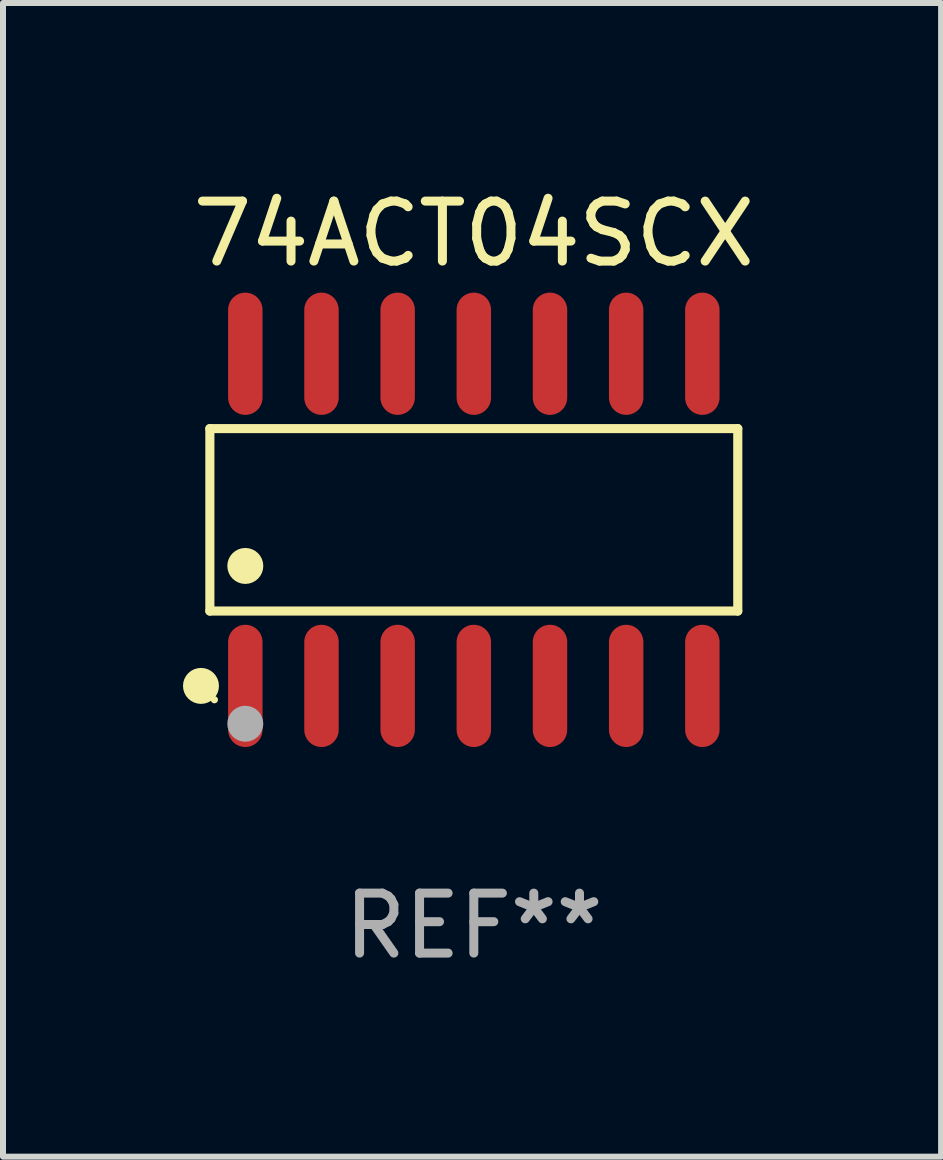
<source format=kicad_pcb>
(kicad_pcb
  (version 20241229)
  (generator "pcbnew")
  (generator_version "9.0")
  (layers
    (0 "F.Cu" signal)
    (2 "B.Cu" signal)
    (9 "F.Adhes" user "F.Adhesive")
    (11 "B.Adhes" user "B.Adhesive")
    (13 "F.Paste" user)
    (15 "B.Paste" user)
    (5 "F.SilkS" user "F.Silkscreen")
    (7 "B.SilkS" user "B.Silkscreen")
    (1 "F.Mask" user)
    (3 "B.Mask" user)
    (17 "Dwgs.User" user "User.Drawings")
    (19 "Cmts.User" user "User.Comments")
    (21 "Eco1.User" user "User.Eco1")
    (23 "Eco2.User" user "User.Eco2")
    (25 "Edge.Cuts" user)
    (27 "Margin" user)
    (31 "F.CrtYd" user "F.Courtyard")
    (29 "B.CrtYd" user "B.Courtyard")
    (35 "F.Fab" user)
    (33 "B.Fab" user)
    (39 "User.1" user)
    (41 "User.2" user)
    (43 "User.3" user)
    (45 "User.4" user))
  (footprint "74ACT04SCX"
    (layer "F.Cu")
    (at 4.85 5.617)
    (property "Reference" "74ACT04SCX" (at 0 -4.769 0) (layer "F.SilkS") (effects (font (size 1 1) (thickness 0.15))))
    (attr through_hole)
    (fp_line (start -4.401 -1.521) (end 4.401 -1.521) (stroke (width 0.152) (type solid)) (layer "F.SilkS"))
    (fp_line (start -4.401 1.521) (end -4.401 -1.521) (stroke (width 0.152) (type solid)) (layer "F.SilkS"))
    (fp_line (start 4.401 -1.521) (end 4.401 1.521) (stroke (width 0.152) (type solid)) (layer "F.SilkS"))
    (fp_line (start 4.401 1.521) (end -4.401 1.521) (stroke (width 0.152) (type solid)) (layer "F.SilkS"))
    (fp_circle (center -4.549 2.769) (end -4.399 2.769) (stroke (width 0.3) (type solid)) (fill no) (layer "F.SilkS"))
    (fp_circle (center -4.325 3) (end -4.295 3) (stroke (width 0.06) (type solid)) (fill no) (layer "F.SilkS"))
    (fp_circle (center -3.81 0.769) (end -3.66 0.769) (stroke (width 0.3) (type solid)) (fill no) (layer "F.SilkS"))
    (fp_circle (center -3.81 3.4) (end -3.66 3.4) (stroke (width 0.3) (type solid)) (fill no) (layer "F.Fab"))
    (fp_text user "REF**" (at 0 6.769 0) (layer "F.Fab") (effects (font (size 1 1) (thickness 0.15))))
    (pad "1" smd oval (at -3.81 2.769) (size 0.574 2.038) (layers "F.Cu" "F.Mask" "F.Paste"))
    (pad "2" smd oval (at -2.54 2.769) (size 0.574 2.038) (layers "F.Cu" "F.Mask" "F.Paste"))
    (pad "3" smd oval (at -1.27 2.769) (size 0.574 2.038) (layers "F.Cu" "F.Mask" "F.Paste"))
    (pad "4" smd oval (at 0 2.769) (size 0.574 2.038) (layers "F.Cu" "F.Mask" "F.Paste"))
    (pad "5" smd oval (at 1.27 2.769) (size 0.574 2.038) (layers "F.Cu" "F.Mask" "F.Paste"))
    (pad "6" smd oval (at 2.54 2.769) (size 0.574 2.038) (layers "F.Cu" "F.Mask" "F.Paste"))
    (pad "7" smd oval (at 3.81 2.769) (size 0.574 2.038) (layers "F.Cu" "F.Mask" "F.Paste"))
    (pad "8" smd oval (at 3.81 -2.769) (size 0.574 2.038) (layers "F.Cu" "F.Mask" "F.Paste"))
    (pad "9" smd oval (at 2.54 -2.769) (size 0.574 2.038) (layers "F.Cu" "F.Mask" "F.Paste"))
    (pad "10" smd oval (at 1.27 -2.769) (size 0.574 2.038) (layers "F.Cu" "F.Mask" "F.Paste"))
    (pad "11" smd oval (at 0 -2.769) (size 0.574 2.038) (layers "F.Cu" "F.Mask" "F.Paste"))
    (pad "12" smd oval (at -1.27 -2.769) (size 0.574 2.038) (layers "F.Cu" "F.Mask" "F.Paste"))
    (pad "13" smd oval (at -2.54 -2.769) (size 0.574 2.038) (layers "F.Cu" "F.Mask" "F.Paste"))
    (pad "14" smd oval (at -3.81 -2.769) (size 0.574 2.038) (layers "F.Cu" "F.Mask" "F.Paste")))
  (gr_rect
    (start -3 -3)
    (end 12.641 16.235)
    (stroke (width 0.1) (type default))
    (fill no)
    (layer "Edge.Cuts")))
</source>
